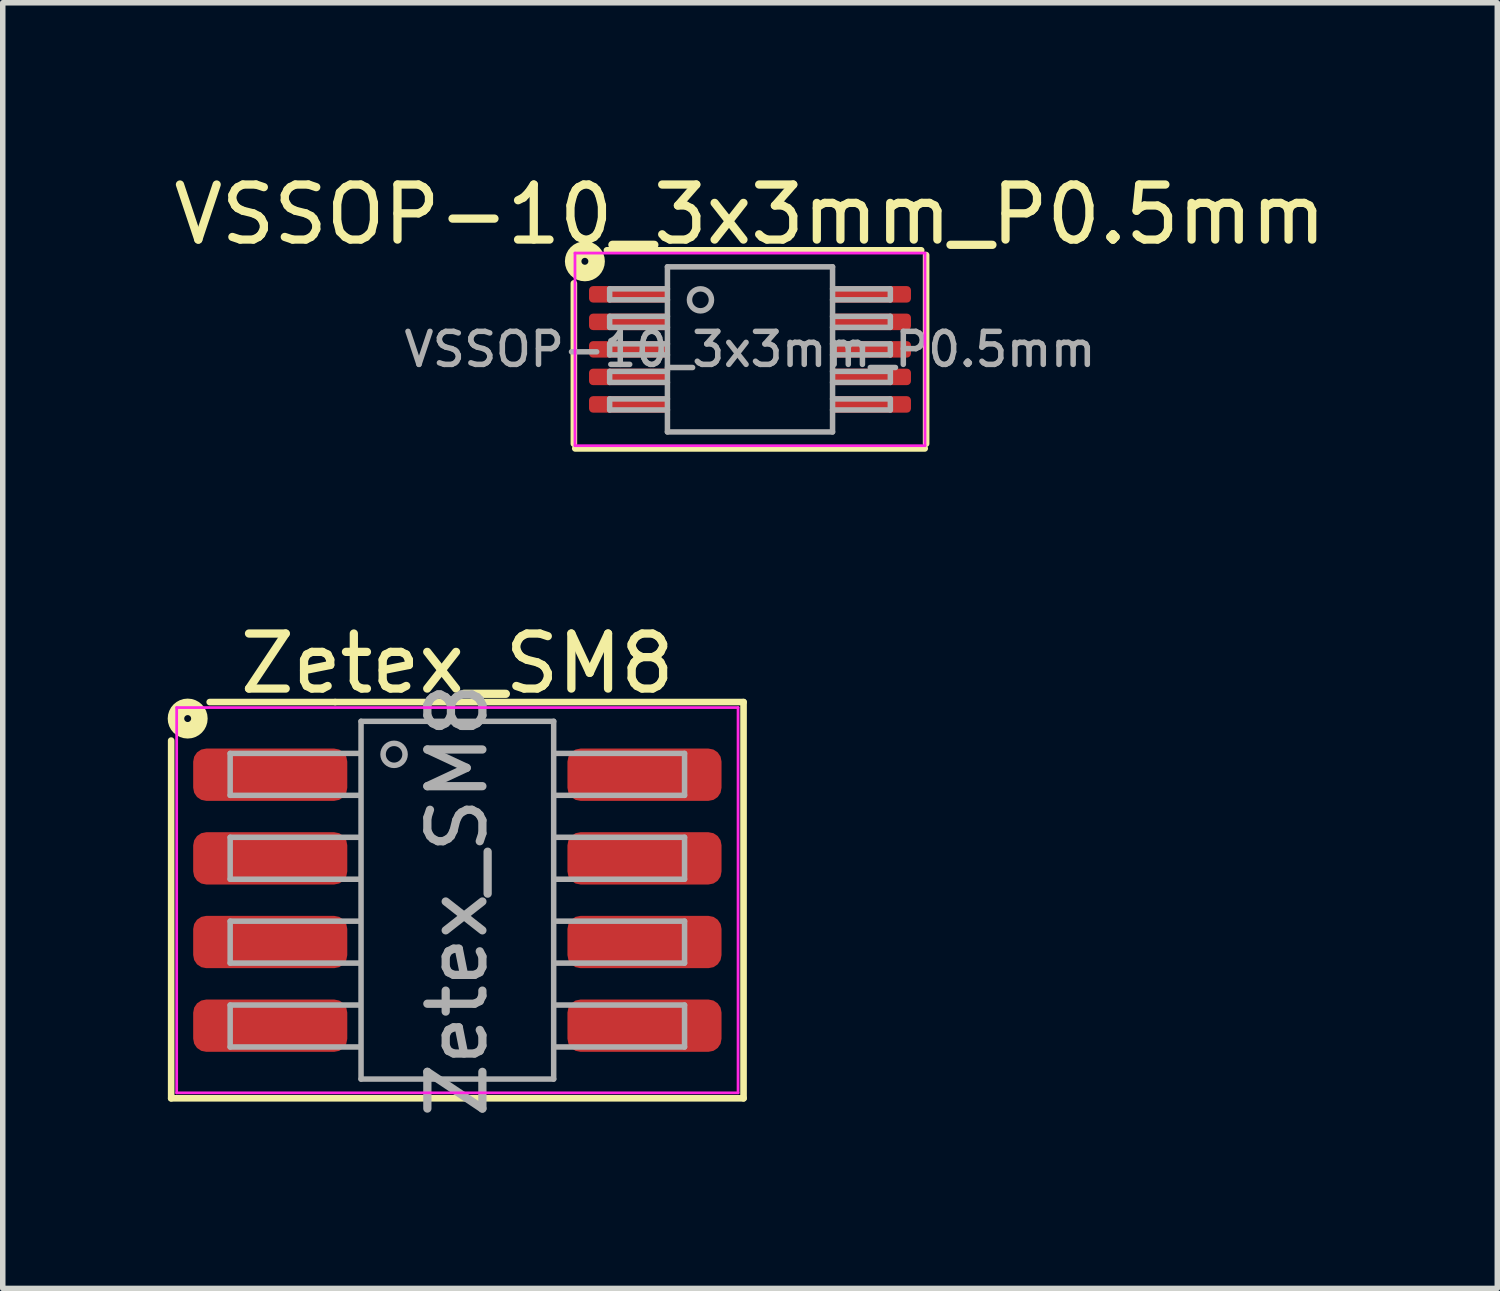
<source format=kicad_pcb>
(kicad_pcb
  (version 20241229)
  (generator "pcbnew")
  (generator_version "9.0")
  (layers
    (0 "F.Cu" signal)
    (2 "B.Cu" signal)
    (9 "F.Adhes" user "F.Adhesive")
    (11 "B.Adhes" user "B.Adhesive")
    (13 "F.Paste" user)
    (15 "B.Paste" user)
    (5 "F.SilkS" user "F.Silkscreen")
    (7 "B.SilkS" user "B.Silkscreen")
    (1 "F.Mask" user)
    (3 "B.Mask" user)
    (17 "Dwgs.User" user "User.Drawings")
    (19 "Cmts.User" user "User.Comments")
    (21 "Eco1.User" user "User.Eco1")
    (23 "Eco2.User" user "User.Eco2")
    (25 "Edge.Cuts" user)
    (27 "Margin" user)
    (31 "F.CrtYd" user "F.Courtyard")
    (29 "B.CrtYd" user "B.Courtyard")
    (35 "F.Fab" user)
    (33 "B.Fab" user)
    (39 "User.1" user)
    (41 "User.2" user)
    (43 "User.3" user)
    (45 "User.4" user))
  (footprint "VSSOP-10_3x3mm_P0.5mm"
    (layer "F.Cu")
    (at 10.577 3.298)
    (property "Reference" "VSSOP-10_3x3mm_P0.5mm" (at 0 -2.45 0) (layer "F.SilkS") (effects (font (size 1 1) (thickness 0.15))))
    (attr smd)
    (fp_line (start -3.2 -1.2) (end -3.2 1.714) (stroke (width 0.12) (type solid)) (layer "F.SilkS"))
    (fp_line (start -3.175 1.8) (end 3.175 1.8) (stroke (width 0.12) (type solid)) (layer "F.SilkS"))
    (fp_line (start 3.111 -1.8) (end -2.6 -1.8) (stroke (width 0.12) (type solid)) (layer "F.SilkS"))
    (fp_line (start 3.2 1.714) (end 3.2 -1.714) (stroke (width 0.12) (type solid)) (layer "F.SilkS"))
    (fp_circle (center -3 -1.6) (end -2.937 -1.6) (stroke (width 0.3) (type solid)) (fill no) (layer "F.SilkS"))
    (fp_line (start -3.18 -1.75) (end -3.18 1.75) (stroke (width 0.05) (type solid)) (layer "F.CrtYd"))
    (fp_line (start -3.18 1.75) (end 3.18 1.75) (stroke (width 0.05) (type solid)) (layer "F.CrtYd"))
    (fp_line (start 3.18 -1.75) (end -3.18 -1.75) (stroke (width 0.05) (type solid)) (layer "F.CrtYd"))
    (fp_line (start 3.18 1.75) (end 3.18 -1.75) (stroke (width 0.05) (type solid)) (layer "F.CrtYd"))
    (fp_line (start -2.55 -1.1) (end -2.55 -0.9) (stroke (width 0.1) (type solid)) (layer "F.Fab"))
    (fp_line (start -2.55 -1.1) (end -1.5 -1.1) (stroke (width 0.1) (type solid)) (layer "F.Fab"))
    (fp_line (start -2.55 -0.9) (end -1.5 -0.9) (stroke (width 0.1) (type solid)) (layer "F.Fab"))
    (fp_line (start -2.55 -0.6) (end -2.55 -0.4) (stroke (width 0.1) (type solid)) (layer "F.Fab"))
    (fp_line (start -2.55 -0.6) (end -1.5 -0.6) (stroke (width 0.1) (type solid)) (layer "F.Fab"))
    (fp_line (start -2.55 -0.4) (end -1.5 -0.4) (stroke (width 0.1) (type solid)) (layer "F.Fab"))
    (fp_line (start -2.55 -0.1) (end -2.55 0.1) (stroke (width 0.1) (type solid)) (layer "F.Fab"))
    (fp_line (start -2.55 -0.1) (end -1.5 -0.1) (stroke (width 0.1) (type solid)) (layer "F.Fab"))
    (fp_line (start -2.55 0.1) (end -1.5 0.1) (stroke (width 0.1) (type solid)) (layer "F.Fab"))
    (fp_line (start -2.55 0.4) (end -2.55 0.6) (stroke (width 0.1) (type solid)) (layer "F.Fab"))
    (fp_line (start -2.55 0.4) (end -1.5 0.4) (stroke (width 0.1) (type solid)) (layer "F.Fab"))
    (fp_line (start -2.55 0.6) (end -1.5 0.6) (stroke (width 0.1) (type solid)) (layer "F.Fab"))
    (fp_line (start -2.55 0.9) (end -2.55 1.1) (stroke (width 0.1) (type solid)) (layer "F.Fab"))
    (fp_line (start -2.55 0.9) (end -1.5 0.9) (stroke (width 0.1) (type solid)) (layer "F.Fab"))
    (fp_line (start -2.55 1.1) (end -1.5 1.1) (stroke (width 0.1) (type solid)) (layer "F.Fab"))
    (fp_line (start -1.5 -1.5) (end 1.5 -1.5) (stroke (width 0.1) (type solid)) (layer "F.Fab"))
    (fp_line (start -1.5 1.5) (end -1.5 -1.5) (stroke (width 0.1) (type solid)) (layer "F.Fab"))
    (fp_line (start 1.5 -1.5) (end 1.5 1.5) (stroke (width 0.1) (type solid)) (layer "F.Fab"))
    (fp_line (start 1.5 1.5) (end -1.5 1.5) (stroke (width 0.1) (type solid)) (layer "F.Fab"))
    (fp_line (start 2.55 -1.1) (end 1.5 -1.1) (stroke (width 0.1) (type solid)) (layer "F.Fab"))
    (fp_line (start 2.55 -0.9) (end 1.5 -0.9) (stroke (width 0.1) (type solid)) (layer "F.Fab"))
    (fp_line (start 2.55 -0.9) (end 2.55 -1.1) (stroke (width 0.1) (type solid)) (layer "F.Fab"))
    (fp_line (start 2.55 -0.6) (end 1.5 -0.6) (stroke (width 0.1) (type solid)) (layer "F.Fab"))
    (fp_line (start 2.55 -0.4) (end 1.5 -0.4) (stroke (width 0.1) (type solid)) (layer "F.Fab"))
    (fp_line (start 2.55 -0.4) (end 2.55 -0.6) (stroke (width 0.1) (type solid)) (layer "F.Fab"))
    (fp_line (start 2.55 -0.1) (end 1.5 -0.1) (stroke (width 0.1) (type solid)) (layer "F.Fab"))
    (fp_line (start 2.55 0.1) (end 1.5 0.1) (stroke (width 0.1) (type solid)) (layer "F.Fab"))
    (fp_line (start 2.55 0.1) (end 2.55 -0.1) (stroke (width 0.1) (type solid)) (layer "F.Fab"))
    (fp_line (start 2.55 0.4) (end 1.5 0.4) (stroke (width 0.1) (type solid)) (layer "F.Fab"))
    (fp_line (start 2.55 0.6) (end 1.5 0.6) (stroke (width 0.1) (type solid)) (layer "F.Fab"))
    (fp_line (start 2.55 0.6) (end 2.55 0.4) (stroke (width 0.1) (type solid)) (layer "F.Fab"))
    (fp_line (start 2.55 0.9) (end 1.5 0.9) (stroke (width 0.1) (type solid)) (layer "F.Fab"))
    (fp_line (start 2.55 1.1) (end 1.5 1.1) (stroke (width 0.1) (type solid)) (layer "F.Fab"))
    (fp_line (start 2.55 1.1) (end 2.55 0.9) (stroke (width 0.1) (type solid)) (layer "F.Fab"))
    (fp_circle (center -0.9 -0.9) (end -0.7 -0.9) (stroke (width 0.1) (type solid)) (fill no) (layer "F.Fab"))
    (fp_text user "${REFERENCE}" (at 0 0 0) (layer "F.Fab") (effects (font (size 0.6 0.6) (thickness 0.1))))
    (pad "1" smd roundrect (at -2.2 -1) (size 1.45 0.3) (layers "F.Cu" "F.Mask" "F.Paste") (roundrect_rratio 0.25))
    (pad "2" smd roundrect (at -2.2 -0.5) (size 1.45 0.3) (layers "F.Cu" "F.Mask" "F.Paste") (roundrect_rratio 0.25))
    (pad "3" smd roundrect (at -2.2 0) (size 1.45 0.3) (layers "F.Cu" "F.Mask" "F.Paste") (roundrect_rratio 0.25))
    (pad "4" smd roundrect (at -2.2 0.5) (size 1.45 0.3) (layers "F.Cu" "F.Mask" "F.Paste") (roundrect_rratio 0.25))
    (pad "5" smd roundrect (at -2.2 1) (size 1.45 0.3) (layers "F.Cu" "F.Mask" "F.Paste") (roundrect_rratio 0.25))
    (pad "6" smd roundrect (at 2.2 1) (size 1.45 0.3) (layers "F.Cu" "F.Mask" "F.Paste") (roundrect_rratio 0.25))
    (pad "7" smd roundrect (at 2.2 0.5) (size 1.45 0.3) (layers "F.Cu" "F.Mask" "F.Paste") (roundrect_rratio 0.25))
    (pad "8" smd roundrect (at 2.2 0) (size 1.45 0.3) (layers "F.Cu" "F.Mask" "F.Paste") (roundrect_rratio 0.25))
    (pad "9" smd roundrect (at 2.2 -0.5) (size 1.45 0.3) (layers "F.Cu" "F.Mask" "F.Paste") (roundrect_rratio 0.25))
    (pad "10" smd roundrect (at 2.2 -1) (size 1.45 0.3) (layers "F.Cu" "F.Mask" "F.Paste") (roundrect_rratio 0.25)))
  (footprint "Zetex_SM8"
    (layer "F.Cu")
    (at 5.26 13.306)
    (property "Reference" "Zetex_SM8" (at 0 -4.3 0) (layer "F.SilkS") (effects (font (size 1 1) (thickness 0.15))))
    (attr smd)
    (fp_line (start -5.2 3.6) (end -5.2 -2.9) (stroke (width 0.12) (type solid)) (layer "F.SilkS"))
    (fp_line (start -5.2 3.6) (end 5.2 3.6) (stroke (width 0.12) (type solid)) (layer "F.SilkS"))
    (fp_line (start -2.22 -3.6) (end -4.5 -3.6) (stroke (width 0.12) (type solid)) (layer "F.SilkS"))
    (fp_line (start 5.2 -3.6) (end -2.22 -3.6) (stroke (width 0.12) (type solid)) (layer "F.SilkS"))
    (fp_line (start 5.2 3.6) (end 5.2 -3.6) (stroke (width 0.12) (type solid)) (layer "F.SilkS"))
    (fp_circle (center -4.9 -3.3) (end -4.837 -3.3) (stroke (width 0.3) (type solid)) (fill no) (layer "F.SilkS"))
    (fp_line (start -5.1 -3.5) (end -5.1 3.5) (stroke (width 0.05) (type solid)) (layer "F.CrtYd"))
    (fp_line (start -5.1 -3.5) (end 5.1 -3.5) (stroke (width 0.05) (type solid)) (layer "F.CrtYd"))
    (fp_line (start -5.1 3.5) (end 5.1 3.5) (stroke (width 0.05) (type solid)) (layer "F.CrtYd"))
    (fp_line (start 5.1 -3.5) (end 5.1 3.5) (stroke (width 0.05) (type solid)) (layer "F.CrtYd"))
    (fp_line (start -4.128 -2.667) (end -4.128 -1.905) (stroke (width 0.1) (type solid)) (layer "F.Fab"))
    (fp_line (start -4.128 -2.667) (end -1.778 -2.667) (stroke (width 0.1) (type solid)) (layer "F.Fab"))
    (fp_line (start -4.128 -1.905) (end -1.778 -1.905) (stroke (width 0.1) (type solid)) (layer "F.Fab"))
    (fp_line (start -4.128 -1.143) (end -4.128 -0.381) (stroke (width 0.1) (type solid)) (layer "F.Fab"))
    (fp_line (start -4.128 -1.143) (end -1.778 -1.143) (stroke (width 0.1) (type solid)) (layer "F.Fab"))
    (fp_line (start -4.128 -0.381) (end -1.778 -0.381) (stroke (width 0.1) (type solid)) (layer "F.Fab"))
    (fp_line (start -4.128 0.381) (end -4.128 1.143) (stroke (width 0.1) (type solid)) (layer "F.Fab"))
    (fp_line (start -4.128 0.381) (end -1.778 0.381) (stroke (width 0.1) (type solid)) (layer "F.Fab"))
    (fp_line (start -4.128 1.143) (end -1.778 1.143) (stroke (width 0.1) (type solid)) (layer "F.Fab"))
    (fp_line (start -4.128 1.905) (end -4.128 2.667) (stroke (width 0.1) (type solid)) (layer "F.Fab"))
    (fp_line (start -4.128 1.905) (end -1.778 1.905) (stroke (width 0.1) (type solid)) (layer "F.Fab"))
    (fp_line (start -4.128 2.667) (end -1.778 2.667) (stroke (width 0.1) (type solid)) (layer "F.Fab"))
    (fp_line (start -1.75 -3.25) (end 1.75 -3.25) (stroke (width 0.1) (type solid)) (layer "F.Fab"))
    (fp_line (start -1.75 3.25) (end -1.75 -3.25) (stroke (width 0.1) (type solid)) (layer "F.Fab"))
    (fp_line (start 1.75 -3.25) (end 1.75 3.25) (stroke (width 0.1) (type solid)) (layer "F.Fab"))
    (fp_line (start 1.75 3.25) (end -1.75 3.25) (stroke (width 0.1) (type solid)) (layer "F.Fab"))
    (fp_line (start 4.128 -2.667) (end 1.778 -2.667) (stroke (width 0.1) (type solid)) (layer "F.Fab"))
    (fp_line (start 4.128 -1.905) (end 1.778 -1.905) (stroke (width 0.1) (type solid)) (layer "F.Fab"))
    (fp_line (start 4.128 -1.905) (end 4.128 -2.667) (stroke (width 0.1) (type solid)) (layer "F.Fab"))
    (fp_line (start 4.128 -1.143) (end 1.778 -1.143) (stroke (width 0.1) (type solid)) (layer "F.Fab"))
    (fp_line (start 4.128 -0.381) (end 1.778 -0.381) (stroke (width 0.1) (type solid)) (layer "F.Fab"))
    (fp_line (start 4.128 -0.381) (end 4.128 -1.143) (stroke (width 0.1) (type solid)) (layer "F.Fab"))
    (fp_line (start 4.128 0.381) (end 1.778 0.381) (stroke (width 0.1) (type solid)) (layer "F.Fab"))
    (fp_line (start 4.128 1.143) (end 1.778 1.143) (stroke (width 0.1) (type solid)) (layer "F.Fab"))
    (fp_line (start 4.128 1.143) (end 4.128 0.381) (stroke (width 0.1) (type solid)) (layer "F.Fab"))
    (fp_line (start 4.128 1.905) (end 1.778 1.905) (stroke (width 0.1) (type solid)) (layer "F.Fab"))
    (fp_line (start 4.128 2.667) (end 1.778 2.667) (stroke (width 0.1) (type solid)) (layer "F.Fab"))
    (fp_line (start 4.128 2.667) (end 4.128 1.905) (stroke (width 0.1) (type solid)) (layer "F.Fab"))
    (fp_circle (center -1.15 -2.65) (end -0.95 -2.65) (stroke (width 0.1) (type solid)) (fill no) (layer "F.Fab"))
    (fp_text user "${REFERENCE}" (at 0 0 90) (layer "F.Fab") (effects (font (size 1 1) (thickness 0.15))))
    (pad "1" smd roundrect (at -3.4 -2.28) (size 2.8 0.95) (layers "F.Cu" "F.Mask" "F.Paste") (roundrect_rratio 0.25))
    (pad "2" smd roundrect (at -3.4 -0.76) (size 2.8 0.95) (layers "F.Cu" "F.Mask" "F.Paste") (roundrect_rratio 0.25))
    (pad "3" smd roundrect (at -3.4 0.76) (size 2.8 0.95) (layers "F.Cu" "F.Mask" "F.Paste") (roundrect_rratio 0.25))
    (pad "4" smd roundrect (at -3.4 2.28) (size 2.8 0.95) (layers "F.Cu" "F.Mask" "F.Paste") (roundrect_rratio 0.25))
    (pad "5" smd roundrect (at 3.4 2.28) (size 2.8 0.95) (layers "F.Cu" "F.Mask" "F.Paste") (roundrect_rratio 0.25))
    (pad "6" smd roundrect (at 3.4 0.76) (size 2.8 0.95) (layers "F.Cu" "F.Mask" "F.Paste") (roundrect_rratio 0.25))
    (pad "7" smd roundrect (at 3.4 -0.76) (size 2.8 0.95) (layers "F.Cu" "F.Mask" "F.Paste") (roundrect_rratio 0.25))
    (pad "8" smd roundrect (at 3.4 -2.28) (size 2.8 0.95) (layers "F.Cu" "F.Mask" "F.Paste") (roundrect_rratio 0.25)))
  (gr_rect
    (start -3 -3)
    (end 24.155 20.36)
    (stroke (width 0.1) (type default))
    (fill no)
    (layer "Edge.Cuts")))
</source>
